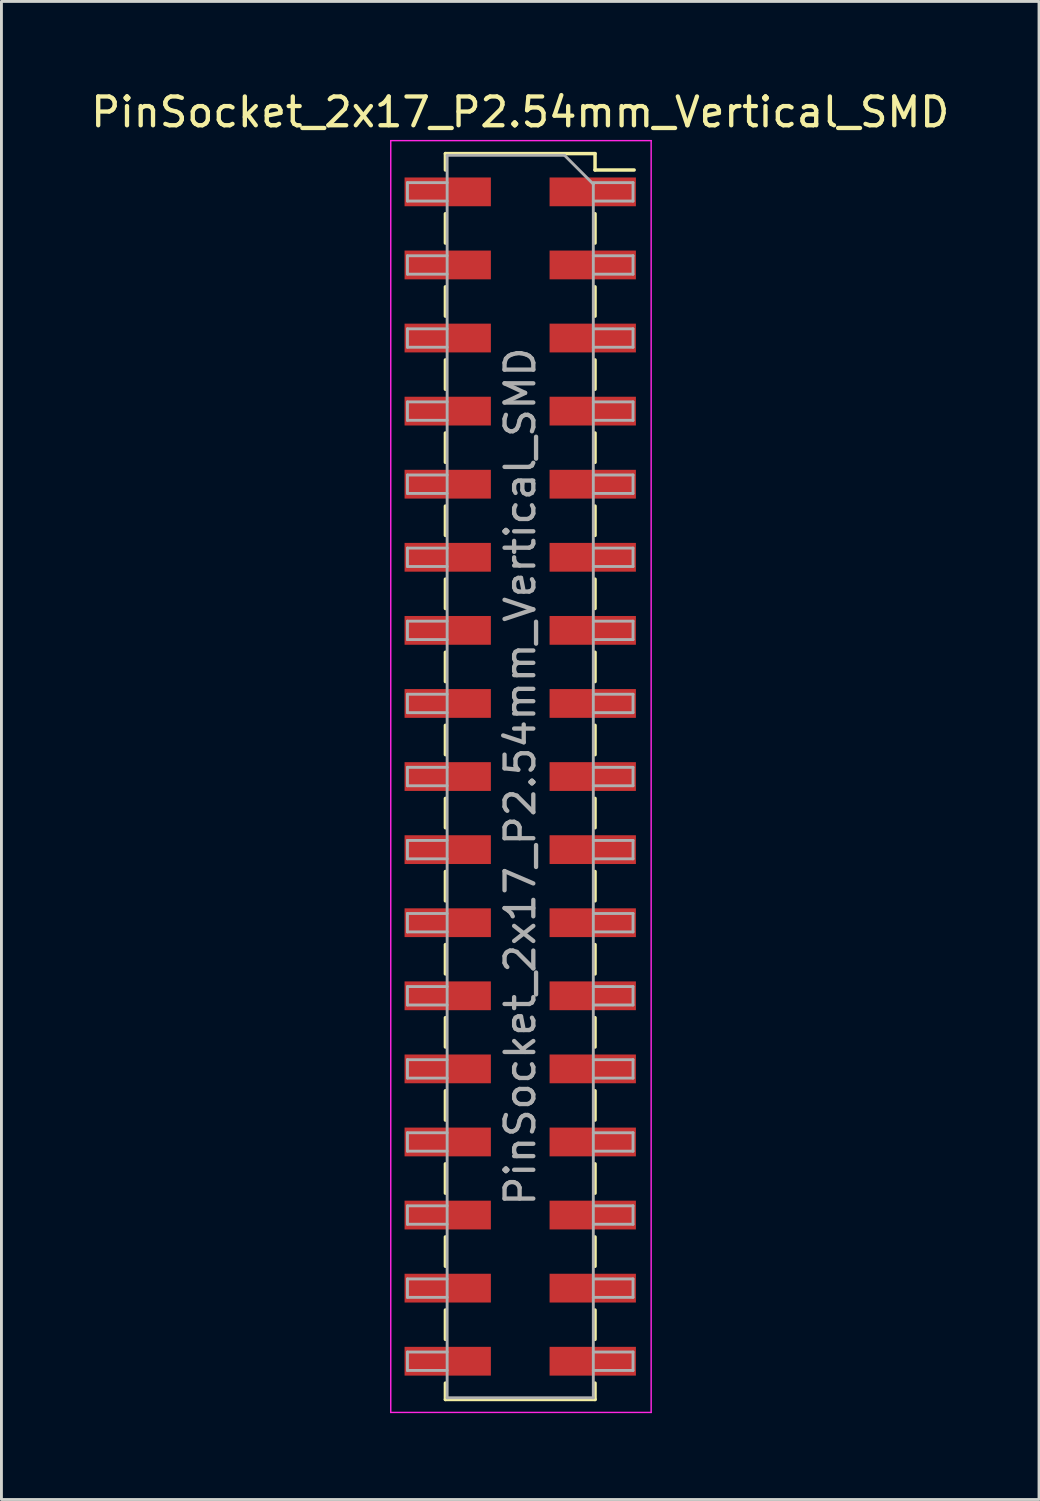
<source format=kicad_pcb>
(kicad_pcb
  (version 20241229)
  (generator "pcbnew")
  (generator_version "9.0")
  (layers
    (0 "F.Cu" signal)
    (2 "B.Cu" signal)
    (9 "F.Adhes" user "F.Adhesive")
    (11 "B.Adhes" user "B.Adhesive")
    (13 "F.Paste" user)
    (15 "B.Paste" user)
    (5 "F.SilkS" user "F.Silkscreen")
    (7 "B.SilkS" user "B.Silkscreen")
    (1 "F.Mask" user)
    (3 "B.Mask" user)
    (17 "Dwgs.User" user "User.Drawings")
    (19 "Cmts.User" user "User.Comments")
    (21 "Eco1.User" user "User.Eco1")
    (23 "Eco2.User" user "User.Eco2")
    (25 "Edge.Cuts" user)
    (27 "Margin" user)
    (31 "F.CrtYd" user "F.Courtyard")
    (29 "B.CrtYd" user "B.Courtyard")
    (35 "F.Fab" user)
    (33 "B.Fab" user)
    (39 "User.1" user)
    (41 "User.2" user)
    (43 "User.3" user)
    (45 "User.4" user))
  (footprint "PinSocket_2x17_P2.54mm_Vertical_SMD"
    (layer "F.Cu")
    (at 15.03 23.938)
    (property "Reference" "PinSocket_2x17_P2.54mm_Vertical_SMD" (at 0 -23.09 0) (layer "F.SilkS") (effects (font (size 1 1) (thickness 0.15))))
    (attr smd)
    (fp_line (start -2.6 -21.65) (end -2.6 -21.08) (stroke (width 0.12) (type solid)) (layer "F.SilkS"))
    (fp_line (start -2.6 -21.65) (end 2.6 -21.65) (stroke (width 0.12) (type solid)) (layer "F.SilkS"))
    (fp_line (start -2.6 -19.56) (end -2.6 -18.54) (stroke (width 0.12) (type solid)) (layer "F.SilkS"))
    (fp_line (start -2.6 -17.02) (end -2.6 -16) (stroke (width 0.12) (type solid)) (layer "F.SilkS"))
    (fp_line (start -2.6 -14.48) (end -2.6 -13.46) (stroke (width 0.12) (type solid)) (layer "F.SilkS"))
    (fp_line (start -2.6 -11.94) (end -2.6 -10.92) (stroke (width 0.12) (type solid)) (layer "F.SilkS"))
    (fp_line (start -2.6 -9.4) (end -2.6 -8.38) (stroke (width 0.12) (type solid)) (layer "F.SilkS"))
    (fp_line (start -2.6 -6.86) (end -2.6 -5.84) (stroke (width 0.12) (type solid)) (layer "F.SilkS"))
    (fp_line (start -2.6 -4.32) (end -2.6 -3.3) (stroke (width 0.12) (type solid)) (layer "F.SilkS"))
    (fp_line (start -2.6 -1.78) (end -2.6 -0.76) (stroke (width 0.12) (type solid)) (layer "F.SilkS"))
    (fp_line (start -2.6 0.76) (end -2.6 1.78) (stroke (width 0.12) (type solid)) (layer "F.SilkS"))
    (fp_line (start -2.6 3.3) (end -2.6 4.32) (stroke (width 0.12) (type solid)) (layer "F.SilkS"))
    (fp_line (start -2.6 5.84) (end -2.6 6.86) (stroke (width 0.12) (type solid)) (layer "F.SilkS"))
    (fp_line (start -2.6 8.38) (end -2.6 9.4) (stroke (width 0.12) (type solid)) (layer "F.SilkS"))
    (fp_line (start -2.6 10.92) (end -2.6 11.94) (stroke (width 0.12) (type solid)) (layer "F.SilkS"))
    (fp_line (start -2.6 13.46) (end -2.6 14.48) (stroke (width 0.12) (type solid)) (layer "F.SilkS"))
    (fp_line (start -2.6 16) (end -2.6 17.02) (stroke (width 0.12) (type solid)) (layer "F.SilkS"))
    (fp_line (start -2.6 18.54) (end -2.6 19.56) (stroke (width 0.12) (type solid)) (layer "F.SilkS"))
    (fp_line (start -2.6 21.08) (end -2.6 21.65) (stroke (width 0.12) (type solid)) (layer "F.SilkS"))
    (fp_line (start -2.6 21.65) (end 2.6 21.65) (stroke (width 0.12) (type solid)) (layer "F.SilkS"))
    (fp_line (start 2.6 -21.65) (end 2.6 -21.08) (stroke (width 0.12) (type solid)) (layer "F.SilkS"))
    (fp_line (start 2.6 -21.08) (end 3.96 -21.08) (stroke (width 0.12) (type solid)) (layer "F.SilkS"))
    (fp_line (start 2.6 -19.56) (end 2.6 -18.54) (stroke (width 0.12) (type solid)) (layer "F.SilkS"))
    (fp_line (start 2.6 -17.02) (end 2.6 -16) (stroke (width 0.12) (type solid)) (layer "F.SilkS"))
    (fp_line (start 2.6 -14.48) (end 2.6 -13.46) (stroke (width 0.12) (type solid)) (layer "F.SilkS"))
    (fp_line (start 2.6 -11.94) (end 2.6 -10.92) (stroke (width 0.12) (type solid)) (layer "F.SilkS"))
    (fp_line (start 2.6 -9.4) (end 2.6 -8.38) (stroke (width 0.12) (type solid)) (layer "F.SilkS"))
    (fp_line (start 2.6 -6.86) (end 2.6 -5.84) (stroke (width 0.12) (type solid)) (layer "F.SilkS"))
    (fp_line (start 2.6 -4.32) (end 2.6 -3.3) (stroke (width 0.12) (type solid)) (layer "F.SilkS"))
    (fp_line (start 2.6 -1.78) (end 2.6 -0.76) (stroke (width 0.12) (type solid)) (layer "F.SilkS"))
    (fp_line (start 2.6 0.76) (end 2.6 1.78) (stroke (width 0.12) (type solid)) (layer "F.SilkS"))
    (fp_line (start 2.6 3.3) (end 2.6 4.32) (stroke (width 0.12) (type solid)) (layer "F.SilkS"))
    (fp_line (start 2.6 5.84) (end 2.6 6.86) (stroke (width 0.12) (type solid)) (layer "F.SilkS"))
    (fp_line (start 2.6 8.38) (end 2.6 9.4) (stroke (width 0.12) (type solid)) (layer "F.SilkS"))
    (fp_line (start 2.6 10.92) (end 2.6 11.94) (stroke (width 0.12) (type solid)) (layer "F.SilkS"))
    (fp_line (start 2.6 13.46) (end 2.6 14.48) (stroke (width 0.12) (type solid)) (layer "F.SilkS"))
    (fp_line (start 2.6 16) (end 2.6 17.02) (stroke (width 0.12) (type solid)) (layer "F.SilkS"))
    (fp_line (start 2.6 18.54) (end 2.6 19.56) (stroke (width 0.12) (type solid)) (layer "F.SilkS"))
    (fp_line (start 2.6 21.08) (end 2.6 21.65) (stroke (width 0.12) (type solid)) (layer "F.SilkS"))
    (fp_line (start -4.5 -22.1) (end 4.55 -22.1) (stroke (width 0.05) (type solid)) (layer "F.CrtYd"))
    (fp_line (start -4.5 22.1) (end -4.5 -22.1) (stroke (width 0.05) (type solid)) (layer "F.CrtYd"))
    (fp_line (start 4.55 -22.1) (end 4.55 22.1) (stroke (width 0.05) (type solid)) (layer "F.CrtYd"))
    (fp_line (start 4.55 22.1) (end -4.5 22.1) (stroke (width 0.05) (type solid)) (layer "F.CrtYd"))
    (fp_line (start -3.92 -20.64) (end -2.54 -20.64) (stroke (width 0.1) (type solid)) (layer "F.Fab"))
    (fp_line (start -3.92 -20) (end -3.92 -20.64) (stroke (width 0.1) (type solid)) (layer "F.Fab"))
    (fp_line (start -3.92 -18.1) (end -2.54 -18.1) (stroke (width 0.1) (type solid)) (layer "F.Fab"))
    (fp_line (start -3.92 -17.46) (end -3.92 -18.1) (stroke (width 0.1) (type solid)) (layer "F.Fab"))
    (fp_line (start -3.92 -15.56) (end -2.54 -15.56) (stroke (width 0.1) (type solid)) (layer "F.Fab"))
    (fp_line (start -3.92 -14.92) (end -3.92 -15.56) (stroke (width 0.1) (type solid)) (layer "F.Fab"))
    (fp_line (start -3.92 -13.02) (end -2.54 -13.02) (stroke (width 0.1) (type solid)) (layer "F.Fab"))
    (fp_line (start -3.92 -12.38) (end -3.92 -13.02) (stroke (width 0.1) (type solid)) (layer "F.Fab"))
    (fp_line (start -3.92 -10.48) (end -2.54 -10.48) (stroke (width 0.1) (type solid)) (layer "F.Fab"))
    (fp_line (start -3.92 -9.84) (end -3.92 -10.48) (stroke (width 0.1) (type solid)) (layer "F.Fab"))
    (fp_line (start -3.92 -7.94) (end -2.54 -7.94) (stroke (width 0.1) (type solid)) (layer "F.Fab"))
    (fp_line (start -3.92 -7.3) (end -3.92 -7.94) (stroke (width 0.1) (type solid)) (layer "F.Fab"))
    (fp_line (start -3.92 -5.4) (end -2.54 -5.4) (stroke (width 0.1) (type solid)) (layer "F.Fab"))
    (fp_line (start -3.92 -4.76) (end -3.92 -5.4) (stroke (width 0.1) (type solid)) (layer "F.Fab"))
    (fp_line (start -3.92 -2.86) (end -2.54 -2.86) (stroke (width 0.1) (type solid)) (layer "F.Fab"))
    (fp_line (start -3.92 -2.22) (end -3.92 -2.86) (stroke (width 0.1) (type solid)) (layer "F.Fab"))
    (fp_line (start -3.92 -0.32) (end -2.54 -0.32) (stroke (width 0.1) (type solid)) (layer "F.Fab"))
    (fp_line (start -3.92 0.32) (end -3.92 -0.32) (stroke (width 0.1) (type solid)) (layer "F.Fab"))
    (fp_line (start -3.92 2.22) (end -2.54 2.22) (stroke (width 0.1) (type solid)) (layer "F.Fab"))
    (fp_line (start -3.92 2.86) (end -3.92 2.22) (stroke (width 0.1) (type solid)) (layer "F.Fab"))
    (fp_line (start -3.92 4.76) (end -2.54 4.76) (stroke (width 0.1) (type solid)) (layer "F.Fab"))
    (fp_line (start -3.92 5.4) (end -3.92 4.76) (stroke (width 0.1) (type solid)) (layer "F.Fab"))
    (fp_line (start -3.92 7.3) (end -2.54 7.3) (stroke (width 0.1) (type solid)) (layer "F.Fab"))
    (fp_line (start -3.92 7.94) (end -3.92 7.3) (stroke (width 0.1) (type solid)) (layer "F.Fab"))
    (fp_line (start -3.92 9.84) (end -2.54 9.84) (stroke (width 0.1) (type solid)) (layer "F.Fab"))
    (fp_line (start -3.92 10.48) (end -3.92 9.84) (stroke (width 0.1) (type solid)) (layer "F.Fab"))
    (fp_line (start -3.92 12.38) (end -2.54 12.38) (stroke (width 0.1) (type solid)) (layer "F.Fab"))
    (fp_line (start -3.92 13.02) (end -3.92 12.38) (stroke (width 0.1) (type solid)) (layer "F.Fab"))
    (fp_line (start -3.92 14.92) (end -2.54 14.92) (stroke (width 0.1) (type solid)) (layer "F.Fab"))
    (fp_line (start -3.92 15.56) (end -3.92 14.92) (stroke (width 0.1) (type solid)) (layer "F.Fab"))
    (fp_line (start -3.92 17.46) (end -2.54 17.46) (stroke (width 0.1) (type solid)) (layer "F.Fab"))
    (fp_line (start -3.92 18.1) (end -3.92 17.46) (stroke (width 0.1) (type solid)) (layer "F.Fab"))
    (fp_line (start -3.92 20) (end -2.54 20) (stroke (width 0.1) (type solid)) (layer "F.Fab"))
    (fp_line (start -3.92 20.64) (end -3.92 20) (stroke (width 0.1) (type solid)) (layer "F.Fab"))
    (fp_line (start -2.54 -21.59) (end 1.54 -21.59) (stroke (width 0.1) (type solid)) (layer "F.Fab"))
    (fp_line (start -2.54 -20) (end -3.92 -20) (stroke (width 0.1) (type solid)) (layer "F.Fab"))
    (fp_line (start -2.54 -17.46) (end -3.92 -17.46) (stroke (width 0.1) (type solid)) (layer "F.Fab"))
    (fp_line (start -2.54 -14.92) (end -3.92 -14.92) (stroke (width 0.1) (type solid)) (layer "F.Fab"))
    (fp_line (start -2.54 -12.38) (end -3.92 -12.38) (stroke (width 0.1) (type solid)) (layer "F.Fab"))
    (fp_line (start -2.54 -9.84) (end -3.92 -9.84) (stroke (width 0.1) (type solid)) (layer "F.Fab"))
    (fp_line (start -2.54 -7.3) (end -3.92 -7.3) (stroke (width 0.1) (type solid)) (layer "F.Fab"))
    (fp_line (start -2.54 -4.76) (end -3.92 -4.76) (stroke (width 0.1) (type solid)) (layer "F.Fab"))
    (fp_line (start -2.54 -2.22) (end -3.92 -2.22) (stroke (width 0.1) (type solid)) (layer "F.Fab"))
    (fp_line (start -2.54 0.32) (end -3.92 0.32) (stroke (width 0.1) (type solid)) (layer "F.Fab"))
    (fp_line (start -2.54 2.86) (end -3.92 2.86) (stroke (width 0.1) (type solid)) (layer "F.Fab"))
    (fp_line (start -2.54 5.4) (end -3.92 5.4) (stroke (width 0.1) (type solid)) (layer "F.Fab"))
    (fp_line (start -2.54 7.94) (end -3.92 7.94) (stroke (width 0.1) (type solid)) (layer "F.Fab"))
    (fp_line (start -2.54 10.48) (end -3.92 10.48) (stroke (width 0.1) (type solid)) (layer "F.Fab"))
    (fp_line (start -2.54 13.02) (end -3.92 13.02) (stroke (width 0.1) (type solid)) (layer "F.Fab"))
    (fp_line (start -2.54 15.56) (end -3.92 15.56) (stroke (width 0.1) (type solid)) (layer "F.Fab"))
    (fp_line (start -2.54 18.1) (end -3.92 18.1) (stroke (width 0.1) (type solid)) (layer "F.Fab"))
    (fp_line (start -2.54 20.64) (end -3.92 20.64) (stroke (width 0.1) (type solid)) (layer "F.Fab"))
    (fp_line (start -2.54 21.59) (end -2.54 -21.59) (stroke (width 0.1) (type solid)) (layer "F.Fab"))
    (fp_line (start 1.54 -21.59) (end 2.54 -20.59) (stroke (width 0.1) (type solid)) (layer "F.Fab"))
    (fp_line (start 2.54 -20.64) (end 3.92 -20.64) (stroke (width 0.1) (type solid)) (layer "F.Fab"))
    (fp_line (start 2.54 -20.59) (end 2.54 21.59) (stroke (width 0.1) (type solid)) (layer "F.Fab"))
    (fp_line (start 2.54 -18.1) (end 3.92 -18.1) (stroke (width 0.1) (type solid)) (layer "F.Fab"))
    (fp_line (start 2.54 -15.56) (end 3.92 -15.56) (stroke (width 0.1) (type solid)) (layer "F.Fab"))
    (fp_line (start 2.54 -13.02) (end 3.92 -13.02) (stroke (width 0.1) (type solid)) (layer "F.Fab"))
    (fp_line (start 2.54 -10.48) (end 3.92 -10.48) (stroke (width 0.1) (type solid)) (layer "F.Fab"))
    (fp_line (start 2.54 -7.94) (end 3.92 -7.94) (stroke (width 0.1) (type solid)) (layer "F.Fab"))
    (fp_line (start 2.54 -5.4) (end 3.92 -5.4) (stroke (width 0.1) (type solid)) (layer "F.Fab"))
    (fp_line (start 2.54 -2.86) (end 3.92 -2.86) (stroke (width 0.1) (type solid)) (layer "F.Fab"))
    (fp_line (start 2.54 -0.32) (end 3.92 -0.32) (stroke (width 0.1) (type solid)) (layer "F.Fab"))
    (fp_line (start 2.54 2.22) (end 3.92 2.22) (stroke (width 0.1) (type solid)) (layer "F.Fab"))
    (fp_line (start 2.54 4.76) (end 3.92 4.76) (stroke (width 0.1) (type solid)) (layer "F.Fab"))
    (fp_line (start 2.54 7.3) (end 3.92 7.3) (stroke (width 0.1) (type solid)) (layer "F.Fab"))
    (fp_line (start 2.54 9.84) (end 3.92 9.84) (stroke (width 0.1) (type solid)) (layer "F.Fab"))
    (fp_line (start 2.54 12.38) (end 3.92 12.38) (stroke (width 0.1) (type solid)) (layer "F.Fab"))
    (fp_line (start 2.54 14.92) (end 3.92 14.92) (stroke (width 0.1) (type solid)) (layer "F.Fab"))
    (fp_line (start 2.54 17.46) (end 3.92 17.46) (stroke (width 0.1) (type solid)) (layer "F.Fab"))
    (fp_line (start 2.54 20) (end 3.92 20) (stroke (width 0.1) (type solid)) (layer "F.Fab"))
    (fp_line (start 2.54 21.59) (end -2.54 21.59) (stroke (width 0.1) (type solid)) (layer "F.Fab"))
    (fp_line (start 3.92 -20.64) (end 3.92 -20) (stroke (width 0.1) (type solid)) (layer "F.Fab"))
    (fp_line (start 3.92 -20) (end 2.54 -20) (stroke (width 0.1) (type solid)) (layer "F.Fab"))
    (fp_line (start 3.92 -18.1) (end 3.92 -17.46) (stroke (width 0.1) (type solid)) (layer "F.Fab"))
    (fp_line (start 3.92 -17.46) (end 2.54 -17.46) (stroke (width 0.1) (type solid)) (layer "F.Fab"))
    (fp_line (start 3.92 -15.56) (end 3.92 -14.92) (stroke (width 0.1) (type solid)) (layer "F.Fab"))
    (fp_line (start 3.92 -14.92) (end 2.54 -14.92) (stroke (width 0.1) (type solid)) (layer "F.Fab"))
    (fp_line (start 3.92 -13.02) (end 3.92 -12.38) (stroke (width 0.1) (type solid)) (layer "F.Fab"))
    (fp_line (start 3.92 -12.38) (end 2.54 -12.38) (stroke (width 0.1) (type solid)) (layer "F.Fab"))
    (fp_line (start 3.92 -10.48) (end 3.92 -9.84) (stroke (width 0.1) (type solid)) (layer "F.Fab"))
    (fp_line (start 3.92 -9.84) (end 2.54 -9.84) (stroke (width 0.1) (type solid)) (layer "F.Fab"))
    (fp_line (start 3.92 -7.94) (end 3.92 -7.3) (stroke (width 0.1) (type solid)) (layer "F.Fab"))
    (fp_line (start 3.92 -7.3) (end 2.54 -7.3) (stroke (width 0.1) (type solid)) (layer "F.Fab"))
    (fp_line (start 3.92 -5.4) (end 3.92 -4.76) (stroke (width 0.1) (type solid)) (layer "F.Fab"))
    (fp_line (start 3.92 -4.76) (end 2.54 -4.76) (stroke (width 0.1) (type solid)) (layer "F.Fab"))
    (fp_line (start 3.92 -2.86) (end 3.92 -2.22) (stroke (width 0.1) (type solid)) (layer "F.Fab"))
    (fp_line (start 3.92 -2.22) (end 2.54 -2.22) (stroke (width 0.1) (type solid)) (layer "F.Fab"))
    (fp_line (start 3.92 -0.32) (end 3.92 0.32) (stroke (width 0.1) (type solid)) (layer "F.Fab"))
    (fp_line (start 3.92 0.32) (end 2.54 0.32) (stroke (width 0.1) (type solid)) (layer "F.Fab"))
    (fp_line (start 3.92 2.22) (end 3.92 2.86) (stroke (width 0.1) (type solid)) (layer "F.Fab"))
    (fp_line (start 3.92 2.86) (end 2.54 2.86) (stroke (width 0.1) (type solid)) (layer "F.Fab"))
    (fp_line (start 3.92 4.76) (end 3.92 5.4) (stroke (width 0.1) (type solid)) (layer "F.Fab"))
    (fp_line (start 3.92 5.4) (end 2.54 5.4) (stroke (width 0.1) (type solid)) (layer "F.Fab"))
    (fp_line (start 3.92 7.3) (end 3.92 7.94) (stroke (width 0.1) (type solid)) (layer "F.Fab"))
    (fp_line (start 3.92 7.94) (end 2.54 7.94) (stroke (width 0.1) (type solid)) (layer "F.Fab"))
    (fp_line (start 3.92 9.84) (end 3.92 10.48) (stroke (width 0.1) (type solid)) (layer "F.Fab"))
    (fp_line (start 3.92 10.48) (end 2.54 10.48) (stroke (width 0.1) (type solid)) (layer "F.Fab"))
    (fp_line (start 3.92 12.38) (end 3.92 13.02) (stroke (width 0.1) (type solid)) (layer "F.Fab"))
    (fp_line (start 3.92 13.02) (end 2.54 13.02) (stroke (width 0.1) (type solid)) (layer "F.Fab"))
    (fp_line (start 3.92 14.92) (end 3.92 15.56) (stroke (width 0.1) (type solid)) (layer "F.Fab"))
    (fp_line (start 3.92 15.56) (end 2.54 15.56) (stroke (width 0.1) (type solid)) (layer "F.Fab"))
    (fp_line (start 3.92 17.46) (end 3.92 18.1) (stroke (width 0.1) (type solid)) (layer "F.Fab"))
    (fp_line (start 3.92 18.1) (end 2.54 18.1) (stroke (width 0.1) (type solid)) (layer "F.Fab"))
    (fp_line (start 3.92 20) (end 3.92 20.64) (stroke (width 0.1) (type solid)) (layer "F.Fab"))
    (fp_line (start 3.92 20.64) (end 2.54 20.64) (stroke (width 0.1) (type solid)) (layer "F.Fab"))
    (fp_text user "${REFERENCE}" (at 0 0 90) (layer "F.Fab") (effects (font (size 1 1) (thickness 0.15))))
    (pad "1" smd rect (at 2.52 -20.32) (size 3 1) (layers "F.Cu" "F.Mask" "F.Paste"))
    (pad "2" smd rect (at -2.52 -20.32) (size 3 1) (layers "F.Cu" "F.Mask" "F.Paste"))
    (pad "3" smd rect (at 2.52 -17.78) (size 3 1) (layers "F.Cu" "F.Mask" "F.Paste"))
    (pad "4" smd rect (at -2.52 -17.78) (size 3 1) (layers "F.Cu" "F.Mask" "F.Paste"))
    (pad "5" smd rect (at 2.52 -15.24) (size 3 1) (layers "F.Cu" "F.Mask" "F.Paste"))
    (pad "6" smd rect (at -2.52 -15.24) (size 3 1) (layers "F.Cu" "F.Mask" "F.Paste"))
    (pad "7" smd rect (at 2.52 -12.7) (size 3 1) (layers "F.Cu" "F.Mask" "F.Paste"))
    (pad "8" smd rect (at -2.52 -12.7) (size 3 1) (layers "F.Cu" "F.Mask" "F.Paste"))
    (pad "9" smd rect (at 2.52 -10.16) (size 3 1) (layers "F.Cu" "F.Mask" "F.Paste"))
    (pad "10" smd rect (at -2.52 -10.16) (size 3 1) (layers "F.Cu" "F.Mask" "F.Paste"))
    (pad "11" smd rect (at 2.52 -7.62) (size 3 1) (layers "F.Cu" "F.Mask" "F.Paste"))
    (pad "12" smd rect (at -2.52 -7.62) (size 3 1) (layers "F.Cu" "F.Mask" "F.Paste"))
    (pad "13" smd rect (at 2.52 -5.08) (size 3 1) (layers "F.Cu" "F.Mask" "F.Paste"))
    (pad "14" smd rect (at -2.52 -5.08) (size 3 1) (layers "F.Cu" "F.Mask" "F.Paste"))
    (pad "15" smd rect (at 2.52 -2.54) (size 3 1) (layers "F.Cu" "F.Mask" "F.Paste"))
    (pad "16" smd rect (at -2.52 -2.54) (size 3 1) (layers "F.Cu" "F.Mask" "F.Paste"))
    (pad "17" smd rect (at 2.52 0) (size 3 1) (layers "F.Cu" "F.Mask" "F.Paste"))
    (pad "18" smd rect (at -2.52 0) (size 3 1) (layers "F.Cu" "F.Mask" "F.Paste"))
    (pad "19" smd rect (at 2.52 2.54) (size 3 1) (layers "F.Cu" "F.Mask" "F.Paste"))
    (pad "20" smd rect (at -2.52 2.54) (size 3 1) (layers "F.Cu" "F.Mask" "F.Paste"))
    (pad "21" smd rect (at 2.52 5.08) (size 3 1) (layers "F.Cu" "F.Mask" "F.Paste"))
    (pad "22" smd rect (at -2.52 5.08) (size 3 1) (layers "F.Cu" "F.Mask" "F.Paste"))
    (pad "23" smd rect (at 2.52 7.62) (size 3 1) (layers "F.Cu" "F.Mask" "F.Paste"))
    (pad "24" smd rect (at -2.52 7.62) (size 3 1) (layers "F.Cu" "F.Mask" "F.Paste"))
    (pad "25" smd rect (at 2.52 10.16) (size 3 1) (layers "F.Cu" "F.Mask" "F.Paste"))
    (pad "26" smd rect (at -2.52 10.16) (size 3 1) (layers "F.Cu" "F.Mask" "F.Paste"))
    (pad "27" smd rect (at 2.52 12.7) (size 3 1) (layers "F.Cu" "F.Mask" "F.Paste"))
    (pad "28" smd rect (at -2.52 12.7) (size 3 1) (layers "F.Cu" "F.Mask" "F.Paste"))
    (pad "29" smd rect (at 2.52 15.24) (size 3 1) (layers "F.Cu" "F.Mask" "F.Paste"))
    (pad "30" smd rect (at -2.52 15.24) (size 3 1) (layers "F.Cu" "F.Mask" "F.Paste"))
    (pad "31" smd rect (at 2.52 17.78) (size 3 1) (layers "F.Cu" "F.Mask" "F.Paste"))
    (pad "32" smd rect (at -2.52 17.78) (size 3 1) (layers "F.Cu" "F.Mask" "F.Paste"))
    (pad "33" smd rect (at 2.52 20.32) (size 3 1) (layers "F.Cu" "F.Mask" "F.Paste"))
    (pad "34" smd rect (at -2.52 20.32) (size 3 1) (layers "F.Cu" "F.Mask" "F.Paste")))
  (gr_rect
    (start -3 -3)
    (end 33.06 49.063)
    (stroke (width 0.1) (type default))
    (fill no)
    (layer "Edge.Cuts")))
</source>
